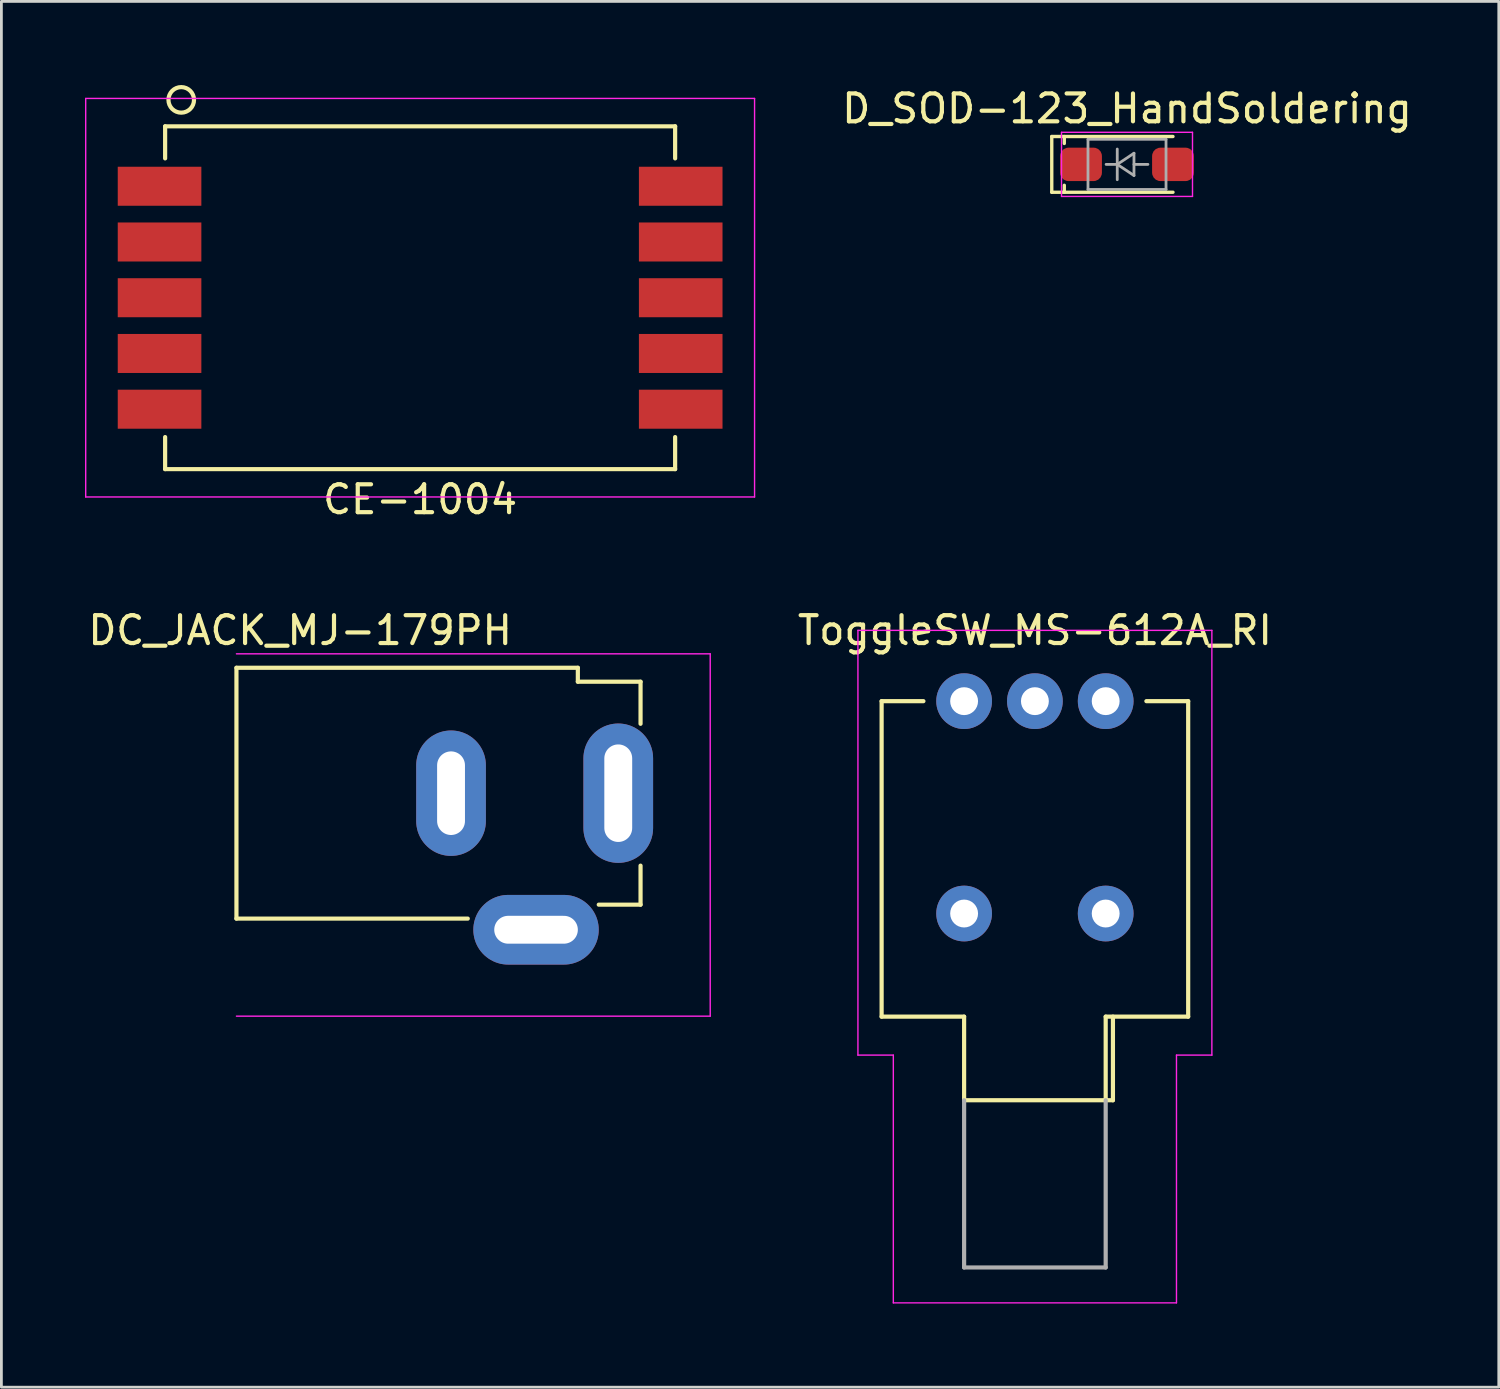
<source format=kicad_pcb>
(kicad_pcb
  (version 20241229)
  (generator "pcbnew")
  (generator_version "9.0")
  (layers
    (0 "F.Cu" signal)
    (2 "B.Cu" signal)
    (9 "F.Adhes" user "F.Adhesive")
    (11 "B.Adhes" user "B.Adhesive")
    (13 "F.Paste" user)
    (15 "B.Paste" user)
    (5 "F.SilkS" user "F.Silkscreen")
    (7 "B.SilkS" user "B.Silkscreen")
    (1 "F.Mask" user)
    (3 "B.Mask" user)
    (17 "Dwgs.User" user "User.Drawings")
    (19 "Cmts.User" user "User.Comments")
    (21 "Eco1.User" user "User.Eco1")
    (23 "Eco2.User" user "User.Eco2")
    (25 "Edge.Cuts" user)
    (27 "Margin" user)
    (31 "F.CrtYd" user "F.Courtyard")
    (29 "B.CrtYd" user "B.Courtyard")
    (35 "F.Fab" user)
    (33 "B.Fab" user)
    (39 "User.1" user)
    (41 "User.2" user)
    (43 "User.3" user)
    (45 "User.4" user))
  (footprint "DC_JACK_MJ-179PH"
    (layer "F.Cu")
    (at 5.434 25.411)
    (property "Reference" "DC_JACK_MJ-179PH" (at 2.286 -5.842 0) (layer "F.SilkS") (effects (font (size 1 1) (thickness 0.15))))
    (attr through_hole)
    (fp_line (start 0 -4.5) (end 0 4.5) (stroke (width 0.15) (type solid)) (layer "F.SilkS"))
    (fp_line (start 0 -4.5) (end 12.25 -4.5) (stroke (width 0.15) (type solid)) (layer "F.SilkS"))
    (fp_line (start 0 4.5) (end 8.3 4.5) (stroke (width 0.15) (type solid)) (layer "F.SilkS"))
    (fp_line (start 12.25 -4.5) (end 12.25 -4) (stroke (width 0.15) (type solid)) (layer "F.SilkS"))
    (fp_line (start 12.25 -4) (end 14.5 -4) (stroke (width 0.15) (type solid)) (layer "F.SilkS"))
    (fp_line (start 13 4) (end 14.5 4) (stroke (width 0.15) (type solid)) (layer "F.SilkS"))
    (fp_line (start 14.5 -4) (end 14.5 -2.49) (stroke (width 0.15) (type solid)) (layer "F.SilkS"))
    (fp_line (start 14.5 4) (end 14.5 2.6) (stroke (width 0.15) (type solid)) (layer "F.SilkS"))
    (fp_line (start 0 8) (end 17 8) (stroke (width 0.05) (type solid)) (layer "F.CrtYd"))
    (fp_line (start 17 -5) (end 0 -5) (stroke (width 0.05) (type solid)) (layer "F.CrtYd"))
    (fp_line (start 17 8) (end 17 -5) (stroke (width 0.05) (type solid)) (layer "F.CrtYd"))
    (pad "1" thru_hole oval (at 13.7 0) (size 2.5 5) (drill oval 1 3.5) (layers "*.Cu" "*.Mask"))
    (pad "2" thru_hole oval (at 7.7 0) (size 2.5 4.5) (drill oval 1 3) (layers "*.Cu" "*.Mask"))
    (pad "3" thru_hole oval (at 10.75 4.9) (size 4.5 2.5) (drill oval 3 1) (layers "*.Cu" "*.Mask")))
  (footprint "D_SOD-123_HandSoldering"
    (layer "F.Cu")
    (at 37.389 2.848)
    (property "Reference" "D_SOD-123_HandSoldering" (at 0 -2 0) (layer "F.SilkS") (effects (font (size 1 1) (thickness 0.15))))
    (attr smd)
    (fp_line (start -2.7 -1) (end -2.7 1) (stroke (width 0.12) (type solid)) (layer "F.SilkS"))
    (fp_line (start -2.7 -1) (end 1.65 -1) (stroke (width 0.12) (type solid)) (layer "F.SilkS"))
    (fp_line (start -2.7 1) (end 1.65 1) (stroke (width 0.12) (type solid)) (layer "F.SilkS"))
    (fp_line (start -2.25 -1) (end -2.25 -0.75) (stroke (width 0.12) (type solid)) (layer "F.SilkS"))
    (fp_line (start -2.25 0.75) (end -2.25 1) (stroke (width 0.12) (type solid)) (layer "F.SilkS"))
    (fp_line (start -2.35 -1.15) (end -2.35 1.15) (stroke (width 0.05) (type solid)) (layer "F.CrtYd"))
    (fp_line (start -2.35 -1.15) (end 2.35 -1.15) (stroke (width 0.05) (type solid)) (layer "F.CrtYd"))
    (fp_line (start 2.35 -1.15) (end 2.35 1.15) (stroke (width 0.05) (type solid)) (layer "F.CrtYd"))
    (fp_line (start 2.35 1.15) (end -2.35 1.15) (stroke (width 0.05) (type solid)) (layer "F.CrtYd"))
    (fp_line (start -1.4 -0.9) (end 1.4 -0.9) (stroke (width 0.1) (type solid)) (layer "F.Fab"))
    (fp_line (start -1.4 0.9) (end -1.4 -0.9) (stroke (width 0.1) (type solid)) (layer "F.Fab"))
    (fp_line (start -0.75 0) (end -0.35 0) (stroke (width 0.1) (type solid)) (layer "F.Fab"))
    (fp_line (start -0.35 0) (end -0.35 -0.55) (stroke (width 0.1) (type solid)) (layer "F.Fab"))
    (fp_line (start -0.35 0) (end -0.35 0.55) (stroke (width 0.1) (type solid)) (layer "F.Fab"))
    (fp_line (start -0.35 0) (end 0.25 -0.4) (stroke (width 0.1) (type solid)) (layer "F.Fab"))
    (fp_line (start 0.25 -0.4) (end 0.25 0.4) (stroke (width 0.1) (type solid)) (layer "F.Fab"))
    (fp_line (start 0.25 0) (end 0.75 0) (stroke (width 0.1) (type solid)) (layer "F.Fab"))
    (fp_line (start 0.25 0.4) (end -0.35 0) (stroke (width 0.1) (type solid)) (layer "F.Fab"))
    (fp_line (start 1.4 -0.9) (end 1.4 0.9) (stroke (width 0.1) (type solid)) (layer "F.Fab"))
    (fp_line (start 1.4 0.9) (end -1.4 0.9) (stroke (width 0.1) (type solid)) (layer "F.Fab"))
    (pad "1" smd roundrect (at -1.65 0) (size 1.5 1.2) (layers "F.Cu" "F.Mask" "F.Paste") (roundrect_rratio 0.25))
    (pad "2" smd roundrect (at 1.65 0) (size 1.5 1.2) (layers "F.Cu" "F.Mask" "F.Paste") (roundrect_rratio 0.25)))
  (footprint "ToggleSW_MS-612A_RI"
    (layer "F.Cu")
    (at 34.084 22.109)
    (property "Reference" "ToggleSW_MS-612A_RI" (at 0 -2.54 180) (layer "F.SilkS") (effects (font (size 1 1) (thickness 0.15))))
    (attr through_hole)
    (fp_line (start -5.5 11.32) (end -5.5 0) (stroke (width 0.15) (type solid)) (layer "F.SilkS"))
    (fp_line (start -5.5 11.32) (end -2.54 11.32) (stroke (width 0.15) (type solid)) (layer "F.SilkS"))
    (fp_line (start -4 0) (end -5.5 0) (stroke (width 0.15) (type solid)) (layer "F.SilkS"))
    (fp_line (start -2.54 11.32) (end -2.54 14.32) (stroke (width 0.15) (type solid)) (layer "F.SilkS"))
    (fp_line (start -2.54 14.32) (end 2.54 14.32) (stroke (width 0.15) (type solid)) (layer "F.SilkS"))
    (fp_line (start 2.54 11.32) (end 2.54 14.32) (stroke (width 0.15) (type solid)) (layer "F.SilkS"))
    (fp_line (start 2.54 14.32) (end 2.8 14.32) (stroke (width 0.15) (type solid)) (layer "F.SilkS"))
    (fp_line (start 2.8 14.32) (end 2.8 11.32) (stroke (width 0.15) (type solid)) (layer "F.SilkS"))
    (fp_line (start 5.5 0) (end 4 0) (stroke (width 0.15) (type solid)) (layer "F.SilkS"))
    (fp_line (start 5.5 0) (end 5.5 11.32) (stroke (width 0.15) (type solid)) (layer "F.SilkS"))
    (fp_line (start 5.5 11.32) (end 2.54 11.32) (stroke (width 0.15) (type solid)) (layer "F.SilkS"))
    (fp_line (start -6.35 -2.54) (end -6.35 12.7) (stroke (width 0.05) (type solid)) (layer "F.CrtYd"))
    (fp_line (start -6.35 -2.54) (end 6.35 -2.54) (stroke (width 0.05) (type solid)) (layer "F.CrtYd"))
    (fp_line (start -6.35 12.7) (end -5.08 12.7) (stroke (width 0.05) (type solid)) (layer "F.CrtYd"))
    (fp_line (start -5.08 12.7) (end -5.08 21.59) (stroke (width 0.05) (type solid)) (layer "F.CrtYd"))
    (fp_line (start -5.08 21.59) (end 5.08 21.59) (stroke (width 0.05) (type solid)) (layer "F.CrtYd"))
    (fp_line (start 5.08 12.7) (end 6.35 12.7) (stroke (width 0.05) (type solid)) (layer "F.CrtYd"))
    (fp_line (start 5.08 21.59) (end 5.08 12.7) (stroke (width 0.05) (type solid)) (layer "F.CrtYd"))
    (fp_line (start 6.35 12.7) (end 6.35 -2.54) (stroke (width 0.05) (type solid)) (layer "F.CrtYd"))
    (fp_line (start -2.54 14.32) (end -2.54 20.32) (stroke (width 0.15) (type solid)) (layer "F.Fab"))
    (fp_line (start -2.54 20.32) (end 2.54 20.32) (stroke (width 0.15) (type solid)) (layer "F.Fab"))
    (fp_line (start 2.54 20.32) (end 2.54 14.32) (stroke (width 0.15) (type solid)) (layer "F.Fab"))
    (pad "1" thru_hole circle (at -2.54 0) (size 2 2) (drill 1) (layers "*.Cu" "*.Mask"))
    (pad "2" thru_hole circle (at 0 0) (size 2 2) (drill 1) (layers "*.Cu" "*.Mask"))
    (pad "3" thru_hole circle (at 2.54 0) (size 2 2) (drill 1) (layers "*.Cu" "*.Mask"))
    (pad "4" thru_hole circle (at -2.54 7.62) (size 2 2) (drill 1) (layers "*.Cu" "*.Mask"))
    (pad "4" thru_hole circle (at 2.54 7.62) (size 2 2) (drill 1) (layers "*.Cu" "*.Mask")))
  (footprint "CE-1004"
    (layer "F.Cu")
    (at 12.025 7.633)
    (property "Reference" "CE-1004" (at 0 7.239 0) (layer "F.SilkS") (effects (font (size 1 1) (thickness 0.15))))
    (attr through_hole)
    (fp_line (start -9.15 -6.15) (end -9.15 -5) (stroke (width 0.15) (type solid)) (layer "F.SilkS"))
    (fp_line (start -9.15 -6.15) (end 9.15 -6.15) (stroke (width 0.15) (type solid)) (layer "F.SilkS"))
    (fp_line (start -9.15 5) (end -9.15 6.15) (stroke (width 0.15) (type solid)) (layer "F.SilkS"))
    (fp_line (start -9.15 6.15) (end 9.15 6.15) (stroke (width 0.15) (type solid)) (layer "F.SilkS"))
    (fp_line (start 9.15 -6.15) (end 9.15 -5) (stroke (width 0.15) (type solid)) (layer "F.SilkS"))
    (fp_line (start 9.15 5) (end 9.15 6.15) (stroke (width 0.15) (type solid)) (layer "F.SilkS"))
    (fp_circle (center -8.572 -7.099) (end -8.128 -6.985) (stroke (width 0.15) (type solid)) (fill no) (layer "F.SilkS"))
    (fp_line (start -12 -7.15) (end 12 -7.15) (stroke (width 0.05) (type solid)) (layer "F.CrtYd"))
    (fp_line (start -12 7.15) (end -12 -7.15) (stroke (width 0.05) (type solid)) (layer "F.CrtYd"))
    (fp_line (start -12 7.15) (end 12 7.15) (stroke (width 0.05) (type solid)) (layer "F.CrtYd"))
    (fp_line (start 12 7.15) (end 12 -7.15) (stroke (width 0.05) (type solid)) (layer "F.CrtYd"))
    (pad "1" smd rect (at -9.35 -4) (size 3 1.4) (layers "F.Cu" "F.Mask" "F.Paste"))
    (pad "2" smd rect (at -9.35 -2) (size 3 1.4) (layers "F.Cu" "F.Mask" "F.Paste"))
    (pad "3" smd rect (at -9.35 0) (size 3 1.4) (layers "F.Cu" "F.Mask" "F.Paste"))
    (pad "4" smd rect (at -9.35 2) (size 3 1.4) (layers "F.Cu" "F.Mask" "F.Paste"))
    (pad "5" smd rect (at -9.35 4) (size 3 1.4) (layers "F.Cu" "F.Mask" "F.Paste"))
    (pad "6" smd rect (at 9.35 4) (size 3 1.4) (layers "F.Cu" "F.Mask" "F.Paste"))
    (pad "7" smd rect (at 9.35 2) (size 3 1.4) (layers "F.Cu" "F.Mask" "F.Paste"))
    (pad "8" smd rect (at 9.35 0) (size 3 1.4) (layers "F.Cu" "F.Mask" "F.Paste"))
    (pad "9" smd rect (at 9.35 -2) (size 3 1.4) (layers "F.Cu" "F.Mask" "F.Paste"))
    (pad "10" smd rect (at 9.35 -4) (size 3 1.4) (layers "F.Cu" "F.Mask" "F.Paste")))
  (gr_rect
    (start -3 -3)
    (end 50.729 46.724)
    (stroke (width 0.1) (type default))
    (fill no)
    (layer "Edge.Cuts")))
</source>
